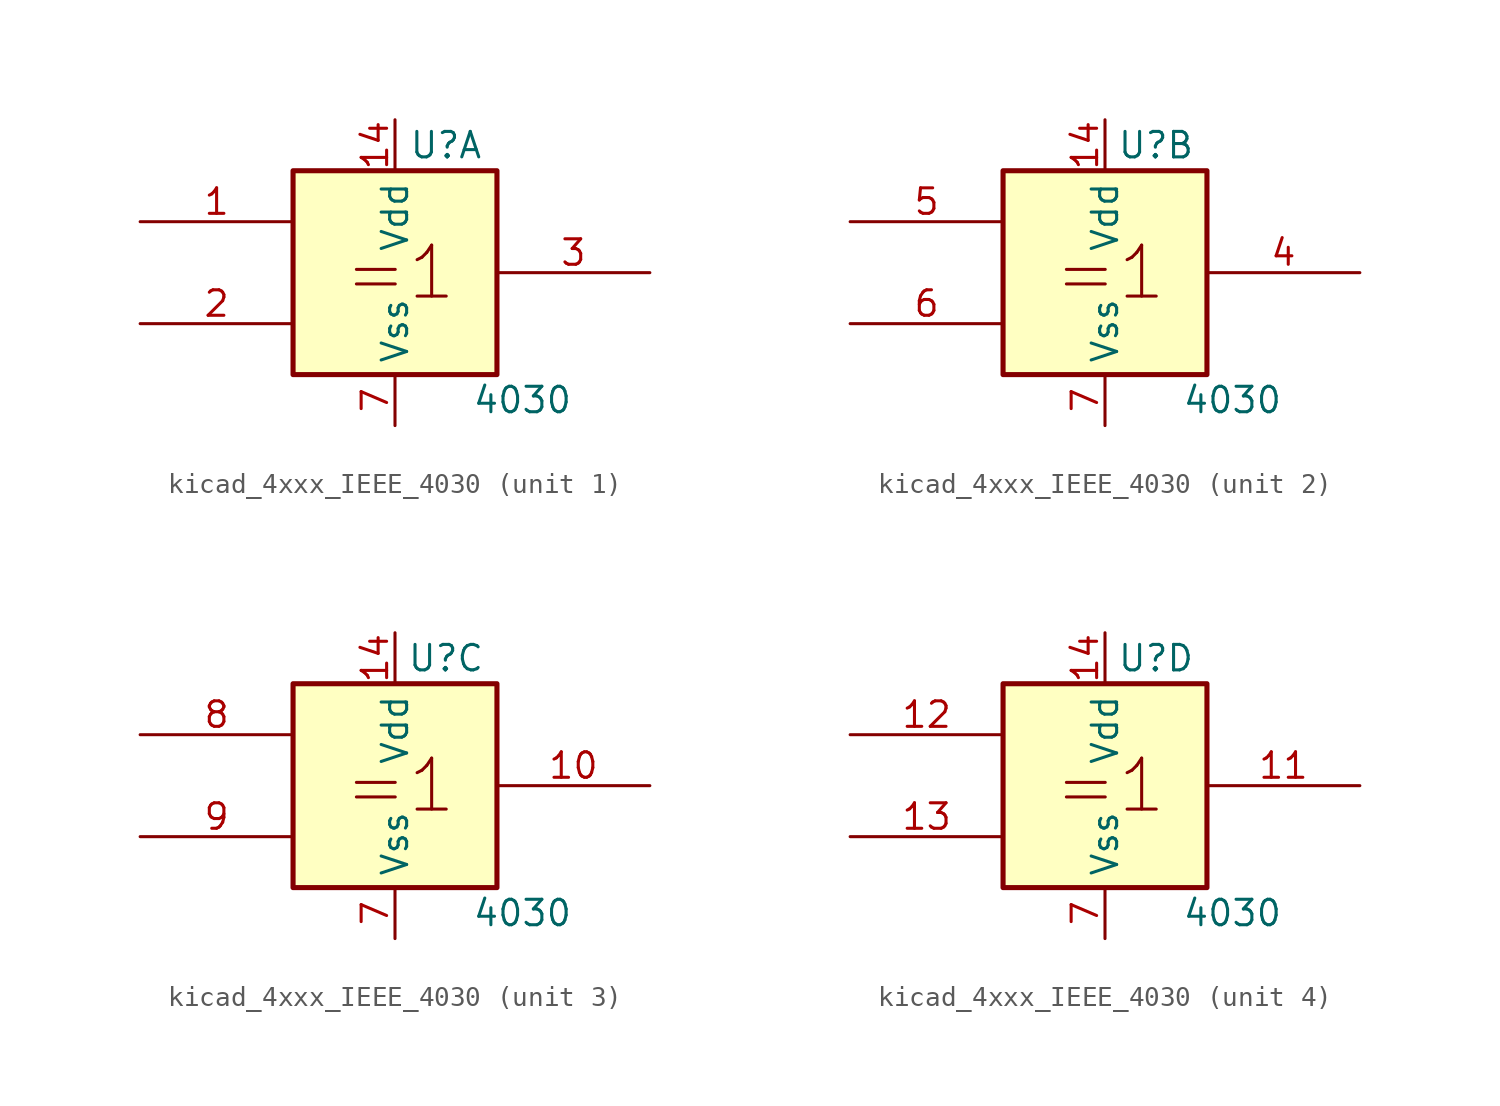
<source format=kicad_sym>
(kicad_symbol_lib
  (version 20220914)
  (generator kicad_symbol_editor)
  (symbol "kicad_4xxx_IEEE_4030"
    (property "Reference" "U"
      (at 2.54 6.35 0)
      (effects (font (size 1.27 1.27))))
    (property "Value" "4030"
      (at 6.35 -6.35 0)
      (effects (font (size 1.27 1.27))))
    (symbol "kicad_4xxx_IEEE_4030_0_0"
      (rectangle (start -5.08 5.08) (end 5.08 -5.08) (stroke (width 0.254) (type default)) (fill (type background)))
      (text "=1" (at 0.254 0 0) (effects (font (size 2.54 2.54))))
      (pin power_in line (at 0 7.62 270) (length 2.54) (name "Vdd" (effects (font (size 1.27 1.27)))) (number "14" (effects (font (size 1.27 1.27)))))
      (pin power_in line (at 0 -7.62 90) (length 2.54) (name "Vss" (effects (font (size 1.27 1.27)))) (number "7" (effects (font (size 1.27 1.27))))))
    (symbol "kicad_4xxx_IEEE_4030_1_1"
      (pin input line (at -12.7 2.54 0) (length 7.62) (name "~" (effects (font (size 1.27 1.27)))) (number "1" (effects (font (size 1.27 1.27)))))
      (pin input line (at -12.7 -2.54 0) (length 7.62) (name "~" (effects (font (size 1.27 1.27)))) (number "2" (effects (font (size 1.27 1.27)))))
      (pin output line (at 12.7 0 180) (length 7.62) (name "~" (effects (font (size 1.27 1.27)))) (number "3" (effects (font (size 1.27 1.27))))))
    (symbol "kicad_4xxx_IEEE_4030_2_1"
      (pin output line (at 12.7 0 180) (length 7.62) (name "~" (effects (font (size 1.27 1.27)))) (number "4" (effects (font (size 1.27 1.27)))))
      (pin input line (at -12.7 2.54 0) (length 7.62) (name "~" (effects (font (size 1.27 1.27)))) (number "5" (effects (font (size 1.27 1.27)))))
      (pin input line (at -12.7 -2.54 0) (length 7.62) (name "~" (effects (font (size 1.27 1.27)))) (number "6" (effects (font (size 1.27 1.27))))))
    (symbol "kicad_4xxx_IEEE_4030_3_1"
      (pin output line (at 12.7 0 180) (length 7.62) (name "~" (effects (font (size 1.27 1.27)))) (number "10" (effects (font (size 1.27 1.27)))))
      (pin input line (at -12.7 2.54 0) (length 7.62) (name "~" (effects (font (size 1.27 1.27)))) (number "8" (effects (font (size 1.27 1.27)))))
      (pin input line (at -12.7 -2.54 0) (length 7.62) (name "~" (effects (font (size 1.27 1.27)))) (number "9" (effects (font (size 1.27 1.27))))))
    (symbol "kicad_4xxx_IEEE_4030_4_1"
      (pin output line (at 12.7 0 180) (length 7.62) (name "~" (effects (font (size 1.27 1.27)))) (number "11" (effects (font (size 1.27 1.27)))))
      (pin input line (at -12.7 2.54 0) (length 7.62) (name "~" (effects (font (size 1.27 1.27)))) (number "12" (effects (font (size 1.27 1.27)))))
      (pin input line (at -12.7 -2.54 0) (length 7.62) (name "~" (effects (font (size 1.27 1.27)))) (number "13" (effects (font (size 1.27 1.27))))))))
</source>
